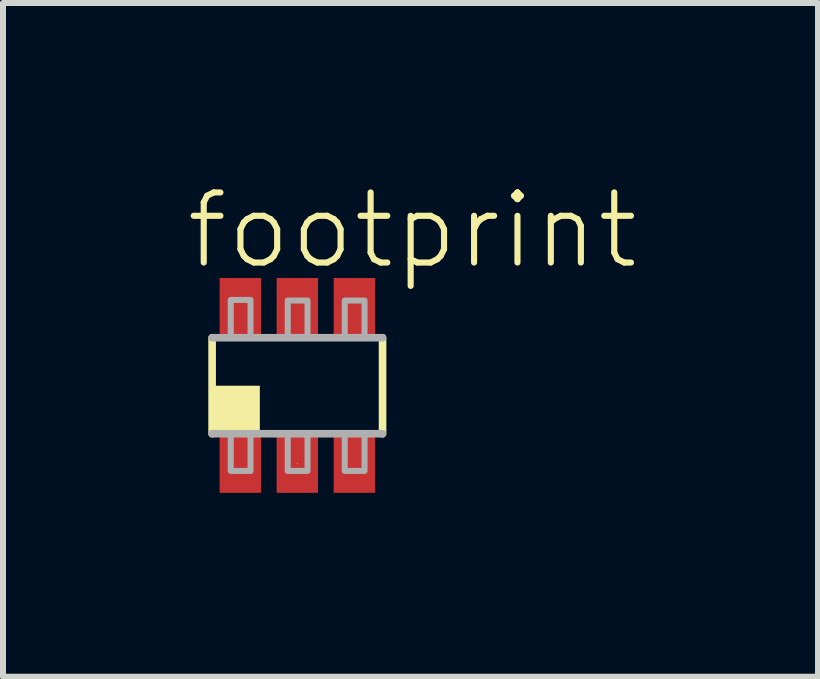
<source format=kicad_pcb>
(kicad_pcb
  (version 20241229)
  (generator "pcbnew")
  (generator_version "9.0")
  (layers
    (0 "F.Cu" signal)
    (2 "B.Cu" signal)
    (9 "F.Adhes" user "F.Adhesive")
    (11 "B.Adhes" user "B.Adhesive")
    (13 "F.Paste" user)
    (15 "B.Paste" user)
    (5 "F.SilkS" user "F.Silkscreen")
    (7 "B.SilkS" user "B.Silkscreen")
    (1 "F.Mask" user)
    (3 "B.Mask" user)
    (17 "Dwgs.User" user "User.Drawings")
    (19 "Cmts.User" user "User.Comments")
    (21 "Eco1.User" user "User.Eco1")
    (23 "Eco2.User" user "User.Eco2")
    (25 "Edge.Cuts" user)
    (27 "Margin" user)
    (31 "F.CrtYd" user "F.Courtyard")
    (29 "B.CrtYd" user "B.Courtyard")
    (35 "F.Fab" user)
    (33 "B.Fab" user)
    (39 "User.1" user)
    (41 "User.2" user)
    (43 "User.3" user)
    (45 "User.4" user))
  (footprint "footprint"
    (layer "F.Cu")
    (at 1.905 3.378)
    (property "Reference" "footprint" (at -1.905 -1.905 0) (layer "F.SilkS") (effects (font (size 1.168 1.168) (thickness 0.102)) (justify left bottom)))
    (fp_poly (pts (xy -1.35 -0.75) (xy -0.55 -0.75) (xy -0.55 -1.85) (xy -1.35 -1.85)) (stroke (width 0) (type solid)) (fill yes) (layer "F.Mask"))
    (fp_poly (pts (xy -0.55 0.75) (xy -1.35 0.75) (xy -1.35 1.85) (xy -0.55 1.85)) (stroke (width 0) (type solid)) (fill yes) (layer "F.Mask"))
    (fp_poly (pts (xy -0.4 -0.75) (xy 0.4 -0.75) (xy 0.4 -1.85) (xy -0.4 -1.85)) (stroke (width 0) (type solid)) (fill yes) (layer "F.Mask"))
    (fp_poly (pts (xy 0.4 0.75) (xy -0.4 0.75) (xy -0.4 1.85) (xy 0.4 1.85)) (stroke (width 0) (type solid)) (fill yes) (layer "F.Mask"))
    (fp_poly (pts (xy 0.55 -0.75) (xy 1.35 -0.75) (xy 1.35 -1.85) (xy 0.55 -1.85)) (stroke (width 0) (type solid)) (fill yes) (layer "F.Mask"))
    (fp_poly (pts (xy 1.35 0.75) (xy 0.55 0.75) (xy 0.55 1.85) (xy 1.35 1.85)) (stroke (width 0) (type solid)) (fill yes) (layer "F.Mask"))
    (fp_line (start -1.42 0.8) (end -1.42 -0.8) (stroke (width 0.127) (type solid)) (layer "F.SilkS"))
    (fp_line (start 0 1.29) (end 0 1.3) (stroke (width 0.01) (type solid)) (layer "F.SilkS"))
    (fp_line (start 1.42 -0.8) (end 1.42 0.8) (stroke (width 0.127) (type solid)) (layer "F.SilkS"))
    (fp_poly (pts (xy -1.375 0.75) (xy -0.625 0.75) (xy -0.625 0) (xy -1.375 0)) (stroke (width 0) (type solid)) (fill yes) (layer "F.SilkS"))
    (fp_line (start -1.42 -0.8) (end 1.42 -0.8) (stroke (width 0.127) (type solid)) (layer "F.Fab"))
    (fp_line (start 1.42 0.8) (end -1.42 0.8) (stroke (width 0.127) (type solid)) (layer "F.Fab"))
    (fp_poly (pts (xy -1.11 -0.8) (xy -0.78 -0.8) (xy -0.78 -1.43) (xy -1.11 -1.43)) (stroke (width 0.1) (type solid)) (fill no) (layer "F.Fab"))
    (fp_poly (pts (xy -1.11 1.42) (xy -0.78 1.42) (xy -0.78 0.8) (xy -1.11 0.8)) (stroke (width 0.1) (type solid)) (fill no) (layer "F.Fab"))
    (fp_poly (pts (xy -0.16 -0.8) (xy 0.17 -0.8) (xy 0.17 -1.42) (xy -0.16 -1.42)) (stroke (width 0.1) (type solid)) (fill no) (layer "F.Fab"))
    (fp_poly (pts (xy -0.16 1.42) (xy 0.17 1.42) (xy 0.17 0.8) (xy -0.16 0.8)) (stroke (width 0.1) (type solid)) (fill no) (layer "F.Fab"))
    (fp_poly (pts (xy 0.79 -0.8) (xy 1.12 -0.8) (xy 1.12 -1.42) (xy 0.79 -1.42)) (stroke (width 0.1) (type solid)) (fill no) (layer "F.Fab"))
    (fp_poly (pts (xy 0.79 1.42) (xy 1.12 1.42) (xy 1.12 0.8) (xy 0.79 0.8)) (stroke (width 0.1) (type solid)) (fill no) (layer "F.Fab"))
    (pad "1" smd rect (at -0.95 1.29) (size 0.69 0.99) (layers "F.Cu" "F.Paste"))
    (pad "2" smd rect (at 0 1.29) (size 0.69 0.99) (layers "F.Cu" "F.Paste"))
    (pad "3" smd rect (at 0.95 1.29) (size 0.69 0.99) (layers "F.Cu" "F.Paste"))
    (pad "4" smd rect (at 0.95 -1.3) (size 0.69 0.99) (layers "F.Cu" "F.Paste"))
    (pad "5" smd rect (at 0 -1.3) (size 0.69 0.99) (layers "F.Cu" "F.Paste"))
    (pad "6" smd rect (at -0.95 -1.3) (size 0.69 0.99) (layers "F.Cu" "F.Paste")))
  (gr_rect
    (start -3 -3)
    (end 10.582 8.228)
    (stroke (width 0.1) (type default))
    (fill no)
    (layer "Edge.Cuts")))
</source>
